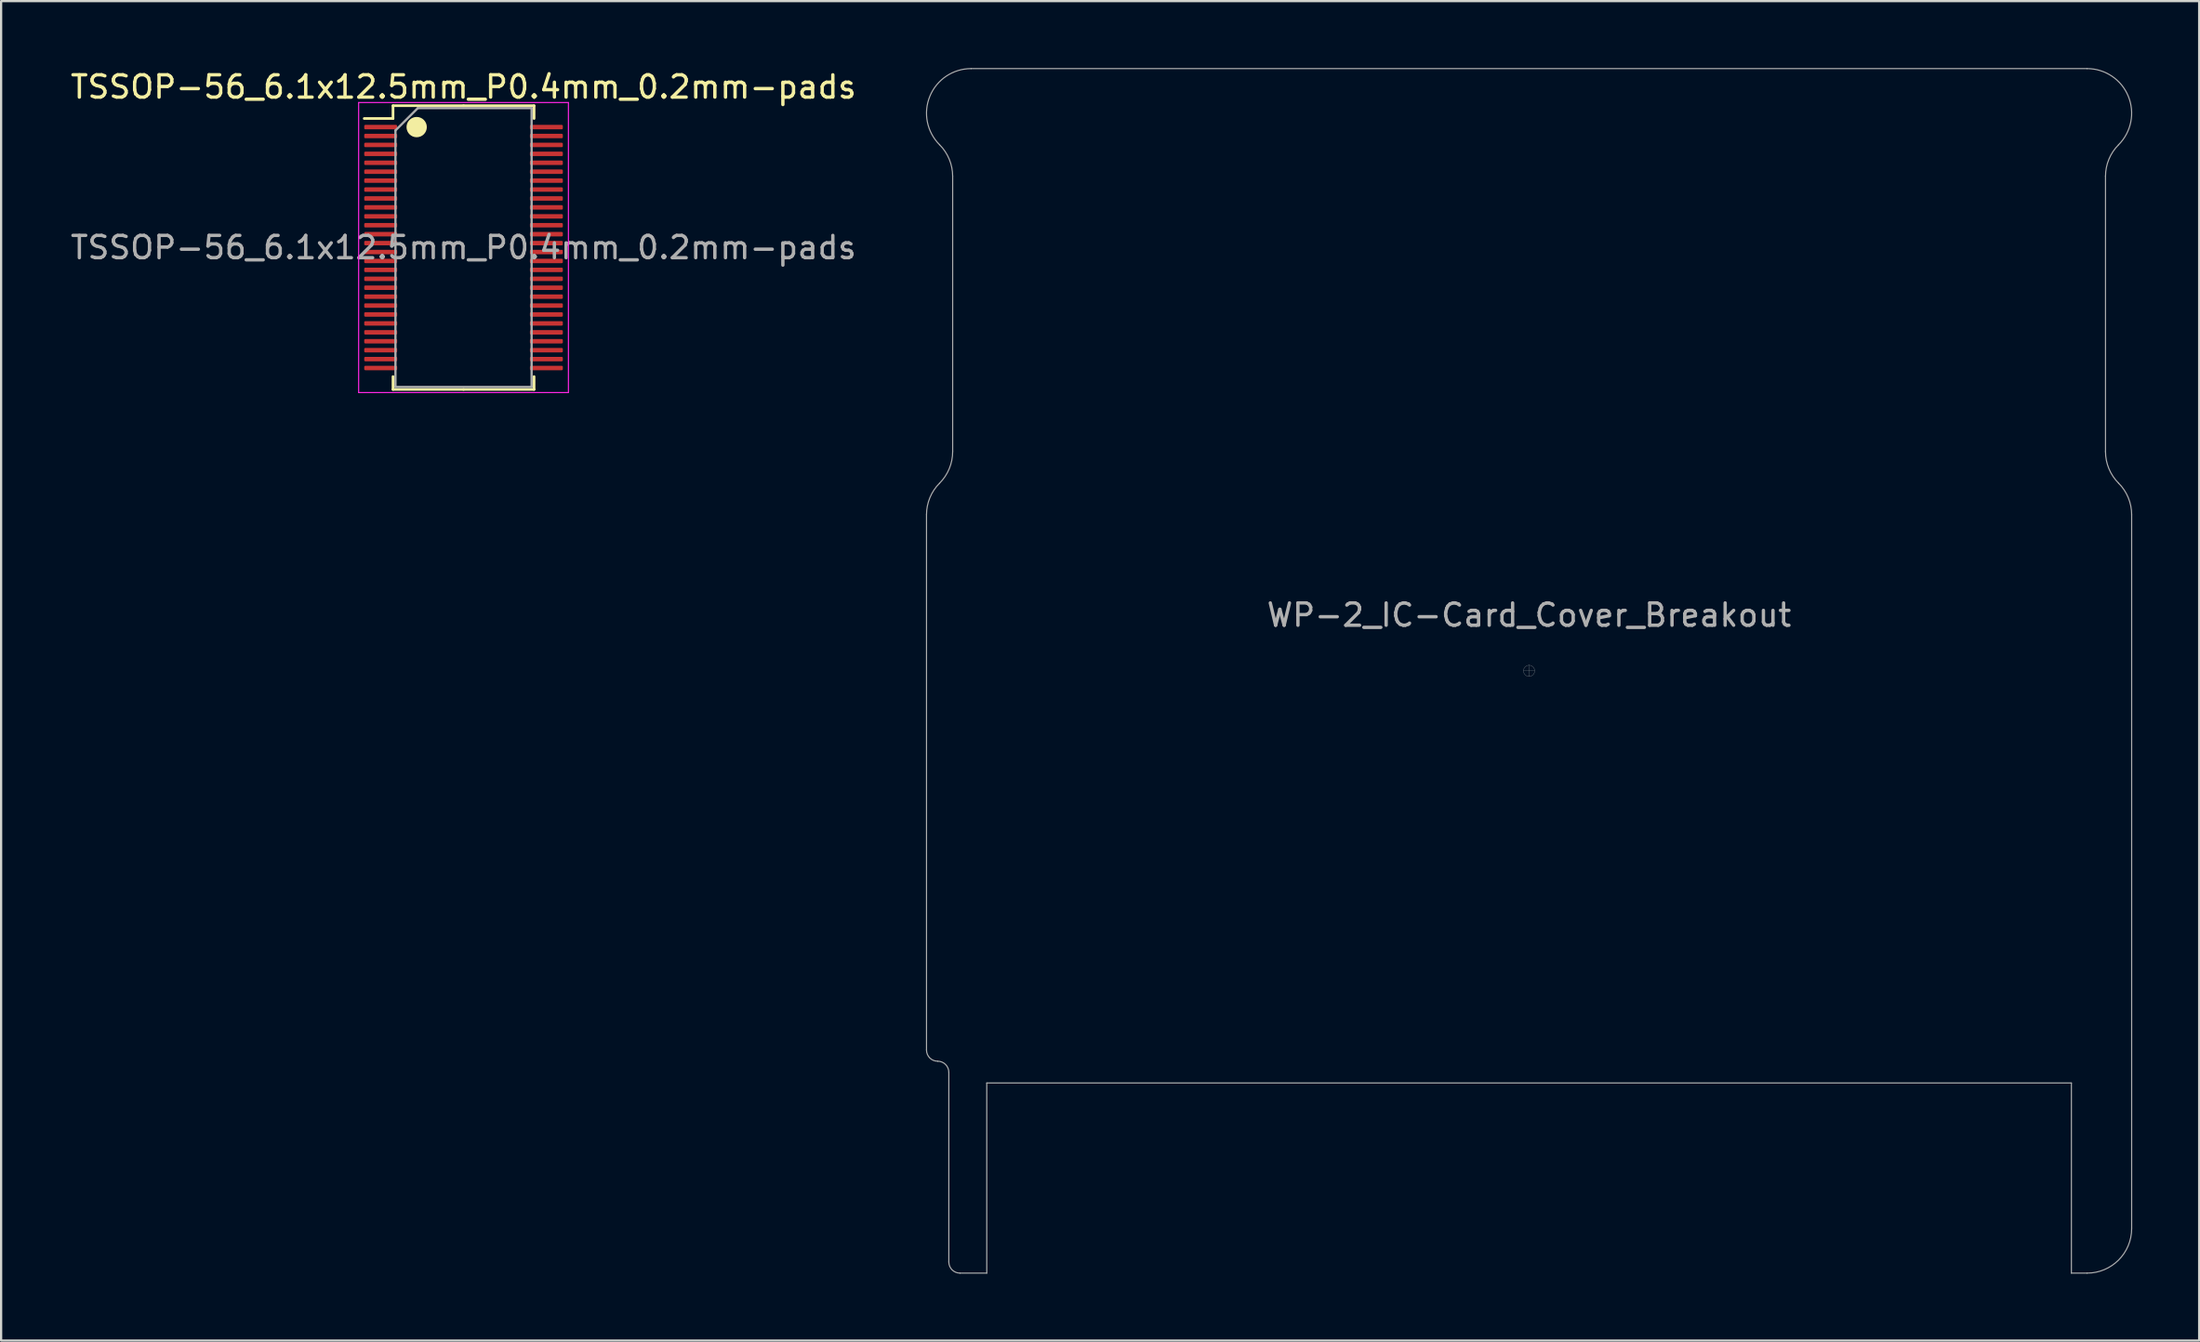
<source format=kicad_pcb>
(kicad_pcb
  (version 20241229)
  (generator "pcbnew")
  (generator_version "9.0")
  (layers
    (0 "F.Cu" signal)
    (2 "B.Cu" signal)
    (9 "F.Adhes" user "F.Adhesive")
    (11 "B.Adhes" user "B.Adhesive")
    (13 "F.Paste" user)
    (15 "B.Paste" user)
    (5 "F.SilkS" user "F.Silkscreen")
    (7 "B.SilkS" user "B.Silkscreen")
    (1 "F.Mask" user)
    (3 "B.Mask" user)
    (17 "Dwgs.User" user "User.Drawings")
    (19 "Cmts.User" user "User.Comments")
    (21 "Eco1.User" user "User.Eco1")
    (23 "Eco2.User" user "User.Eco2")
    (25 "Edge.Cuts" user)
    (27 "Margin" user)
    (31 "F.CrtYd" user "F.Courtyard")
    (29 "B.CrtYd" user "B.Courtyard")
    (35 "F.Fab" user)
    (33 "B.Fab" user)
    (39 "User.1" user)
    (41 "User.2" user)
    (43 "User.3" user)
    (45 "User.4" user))
  (footprint "WP-2_IC-Card_Cover_Breakout"
    (layer "F.Cu")
    (at 65.465 27.025)
    (property "Reference" "WP-2_IC-Card_Cover_Breakout" (at 0 -2.5 0) (unlocked yes) (layer "F.Fab") (effects (font (size 1 1) (thickness 0.15))))
    (attr exclude_from_pos_files exclude_from_bom allow_missing_courtyard)
    (fp_line (start -27 17) (end -27 -7) (stroke (width 0.05) (type solid)) (layer "F.Fab"))
    (fp_line (start -26 26.5) (end -26 18) (stroke (width 0.05) (type solid)) (layer "F.Fab"))
    (fp_line (start -25.828 -22.172) (end -25.828 -9.828) (stroke (width 0.05) (type solid)) (layer "F.Fab"))
    (fp_line (start -25 -27) (end 25 -27) (stroke (width 0.05) (type solid)) (layer "F.Fab"))
    (fp_line (start -24.3 18.475) (end -24.3 27) (stroke (width 0.05) (type solid)) (layer "F.Fab"))
    (fp_line (start -24.3 27) (end -25.5 27) (stroke (width 0.05) (type solid)) (layer "F.Fab"))
    (fp_line (start -0.25 0) (end 0.25 0) (stroke (width 0.01) (type default)) (layer "F.Fab"))
    (fp_line (start 0 -0.25) (end 0 0.25) (stroke (width 0.01) (type default)) (layer "F.Fab"))
    (fp_line (start 24.3 18.475) (end -24.3 18.475) (stroke (width 0.05) (type solid)) (layer "F.Fab"))
    (fp_line (start 24.3 27) (end 24.3 18.475) (stroke (width 0.05) (type solid)) (layer "F.Fab"))
    (fp_line (start 25 27) (end 24.3 27) (stroke (width 0.05) (type solid)) (layer "F.Fab"))
    (fp_line (start 25.828 -9.828) (end 25.828 -22.172) (stroke (width 0.05) (type solid)) (layer "F.Fab"))
    (fp_line (start 27 -7) (end 27 25) (stroke (width 0.05) (type solid)) (layer "F.Fab"))
    (fp_arc (start -27 -7) (mid -26.847759 -7.765367) (end -26.414214 -8.414214) (stroke (width 0.05) (type solid)) (layer "F.Fab"))
    (fp_arc (start -26.5 17.5) (mid -26.853553 17.353553) (end -27 17) (stroke (width 0.05) (type solid)) (layer "F.Fab"))
    (fp_arc (start -26.5 17.5) (mid -26.146447 17.646447) (end -26 18) (stroke (width 0.05) (type solid)) (layer "F.Fab"))
    (fp_arc (start -26.414214 -23.585786) (mid -25.980671 -22.936938) (end -25.828427 -22.171572) (stroke (width 0.05) (type solid)) (layer "F.Fab"))
    (fp_arc (start -26.414214 -23.585786) (mid -26.84776 -25.765367) (end -25 -27) (stroke (width 0.05) (type solid)) (layer "F.Fab"))
    (fp_arc (start -25.828427 -9.828428) (mid -25.98066 -9.063058) (end -26.414214 -8.414214) (stroke (width 0.05) (type solid)) (layer "F.Fab"))
    (fp_arc (start -25.5 27) (mid -25.853553 26.853553) (end -26 26.5) (stroke (width 0.05) (type solid)) (layer "F.Fab"))
    (fp_arc (start 25 -27) (mid 26.847758 -25.765367) (end 26.414213 -23.585788) (stroke (width 0.05) (type solid)) (layer "F.Fab"))
    (fp_arc (start 25.828427 -22.171574) (mid 25.980665 -22.936942) (end 26.414213 -23.585788) (stroke (width 0.05) (type solid)) (layer "F.Fab"))
    (fp_arc (start 26.414214 -8.414214) (mid 25.980672 -9.063063) (end 25.828427 -9.828428) (stroke (width 0.05) (type solid)) (layer "F.Fab"))
    (fp_arc (start 26.414214 -8.414214) (mid 26.847759 -7.765367) (end 27 -7) (stroke (width 0.05) (type solid)) (layer "F.Fab"))
    (fp_arc (start 27 25) (mid 26.414214 26.414214) (end 25 27) (stroke (width 0.05) (type solid)) (layer "F.Fab"))
    (fp_circle (center 0 0) (end 0.25 0) (stroke (width 0.01) (type default)) (fill no) (layer "F.Fab")))
  (footprint "TSSOP-56_6.1x12.5mm_P0.4mm_0.2mm-pads"
    (layer "F.Cu")
    (at 17.72 8.048)
    (property "Reference" "TSSOP-56_6.1x12.5mm_P0.4mm_0.2mm-pads" (at 0 -7.2 0) (layer "F.SilkS") (effects (font (size 1 1) (thickness 0.15))))
    (attr smd)
    (fp_line (start -3.16 -6.36) (end -3.16 -5.785) (stroke (width 0.12) (type solid)) (layer "F.SilkS"))
    (fp_line (start -3.16 -5.785) (end -4.45 -5.785) (stroke (width 0.12) (type solid)) (layer "F.SilkS"))
    (fp_line (start -3.16 6.36) (end -3.16 5.785) (stroke (width 0.12) (type solid)) (layer "F.SilkS"))
    (fp_line (start 0 -6.36) (end -3.16 -6.36) (stroke (width 0.12) (type solid)) (layer "F.SilkS"))
    (fp_line (start 0 -6.36) (end 3.16 -6.36) (stroke (width 0.12) (type solid)) (layer "F.SilkS"))
    (fp_line (start 0 6.36) (end -3.16 6.36) (stroke (width 0.12) (type solid)) (layer "F.SilkS"))
    (fp_line (start 0 6.36) (end 3.16 6.36) (stroke (width 0.12) (type solid)) (layer "F.SilkS"))
    (fp_line (start 3.16 -6.36) (end 3.16 -5.785) (stroke (width 0.12) (type solid)) (layer "F.SilkS"))
    (fp_line (start 3.16 6.36) (end 3.16 5.785) (stroke (width 0.12) (type solid)) (layer "F.SilkS"))
    (fp_circle (center -2.1 -5.4) (end -1.65 -5.4) (stroke (width 0.01) (type solid)) (fill yes) (layer "F.SilkS"))
    (fp_line (start -4.7 -6.5) (end -4.7 6.5) (stroke (width 0.05) (type solid)) (layer "F.CrtYd"))
    (fp_line (start -4.7 6.5) (end 4.7 6.5) (stroke (width 0.05) (type solid)) (layer "F.CrtYd"))
    (fp_line (start 4.7 -6.5) (end -4.7 -6.5) (stroke (width 0.05) (type solid)) (layer "F.CrtYd"))
    (fp_line (start 4.7 6.5) (end 4.7 -6.5) (stroke (width 0.05) (type solid)) (layer "F.CrtYd"))
    (fp_line (start -3.05 -5.25) (end -2.05 -6.25) (stroke (width 0.1) (type solid)) (layer "F.Fab"))
    (fp_line (start -3.05 6.25) (end -3.05 -5.25) (stroke (width 0.1) (type solid)) (layer "F.Fab"))
    (fp_line (start -2.05 -6.25) (end 3.05 -6.25) (stroke (width 0.1) (type solid)) (layer "F.Fab"))
    (fp_line (start 3.05 -6.25) (end 3.05 6.25) (stroke (width 0.1) (type solid)) (layer "F.Fab"))
    (fp_line (start 3.05 6.25) (end -3.05 6.25) (stroke (width 0.1) (type solid)) (layer "F.Fab"))
    (fp_text user "${REFERENCE}" (at 0 0 0) (layer "F.Fab") (effects (font (size 1 1) (thickness 0.15))))
    (pad "1" smd roundrect (at -3.712 -5.4) (size 1.475 0.2) (layers "F.Cu" "F.Mask" "F.Paste") (roundrect_rratio 0.25))
    (pad "2" smd roundrect (at -3.712 -5) (size 1.475 0.2) (layers "F.Cu" "F.Mask" "F.Paste") (roundrect_rratio 0.25))
    (pad "3" smd roundrect (at -3.712 -4.6) (size 1.475 0.2) (layers "F.Cu" "F.Mask" "F.Paste") (roundrect_rratio 0.25))
    (pad "4" smd roundrect (at -3.712 -4.2) (size 1.475 0.2) (layers "F.Cu" "F.Mask" "F.Paste") (roundrect_rratio 0.25))
    (pad "5" smd roundrect (at -3.712 -3.8) (size 1.475 0.2) (layers "F.Cu" "F.Mask" "F.Paste") (roundrect_rratio 0.25))
    (pad "6" smd roundrect (at -3.712 -3.4) (size 1.475 0.2) (layers "F.Cu" "F.Mask" "F.Paste") (roundrect_rratio 0.25))
    (pad "7" smd roundrect (at -3.712 -3) (size 1.475 0.2) (layers "F.Cu" "F.Mask" "F.Paste") (roundrect_rratio 0.25))
    (pad "8" smd roundrect (at -3.712 -2.6) (size 1.475 0.2) (layers "F.Cu" "F.Mask" "F.Paste") (roundrect_rratio 0.25))
    (pad "9" smd roundrect (at -3.712 -2.2) (size 1.475 0.2) (layers "F.Cu" "F.Mask" "F.Paste") (roundrect_rratio 0.25))
    (pad "10" smd roundrect (at -3.712 -1.8) (size 1.475 0.2) (layers "F.Cu" "F.Mask" "F.Paste") (roundrect_rratio 0.25))
    (pad "11" smd roundrect (at -3.712 -1.4) (size 1.475 0.2) (layers "F.Cu" "F.Mask" "F.Paste") (roundrect_rratio 0.25))
    (pad "12" smd roundrect (at -3.712 -1) (size 1.475 0.2) (layers "F.Cu" "F.Mask" "F.Paste") (roundrect_rratio 0.25))
    (pad "13" smd roundrect (at -3.712 -0.6) (size 1.475 0.2) (layers "F.Cu" "F.Mask" "F.Paste") (roundrect_rratio 0.25))
    (pad "14" smd roundrect (at -3.712 -0.2) (size 1.475 0.2) (layers "F.Cu" "F.Mask" "F.Paste") (roundrect_rratio 0.25))
    (pad "15" smd roundrect (at -3.712 0.2) (size 1.475 0.2) (layers "F.Cu" "F.Mask" "F.Paste") (roundrect_rratio 0.25))
    (pad "16" smd roundrect (at -3.712 0.6) (size 1.475 0.2) (layers "F.Cu" "F.Mask" "F.Paste") (roundrect_rratio 0.25))
    (pad "17" smd roundrect (at -3.712 1) (size 1.475 0.2) (layers "F.Cu" "F.Mask" "F.Paste") (roundrect_rratio 0.25))
    (pad "18" smd roundrect (at -3.712 1.4) (size 1.475 0.2) (layers "F.Cu" "F.Mask" "F.Paste") (roundrect_rratio 0.25))
    (pad "19" smd roundrect (at -3.712 1.8) (size 1.475 0.2) (layers "F.Cu" "F.Mask" "F.Paste") (roundrect_rratio 0.25))
    (pad "20" smd roundrect (at -3.712 2.2) (size 1.475 0.2) (layers "F.Cu" "F.Mask" "F.Paste") (roundrect_rratio 0.25))
    (pad "21" smd roundrect (at -3.712 2.6) (size 1.475 0.2) (layers "F.Cu" "F.Mask" "F.Paste") (roundrect_rratio 0.25))
    (pad "22" smd roundrect (at -3.712 3) (size 1.475 0.2) (layers "F.Cu" "F.Mask" "F.Paste") (roundrect_rratio 0.25))
    (pad "23" smd roundrect (at -3.712 3.4) (size 1.475 0.2) (layers "F.Cu" "F.Mask" "F.Paste") (roundrect_rratio 0.25))
    (pad "24" smd roundrect (at -3.712 3.8) (size 1.475 0.2) (layers "F.Cu" "F.Mask" "F.Paste") (roundrect_rratio 0.25))
    (pad "25" smd roundrect (at -3.712 4.2) (size 1.475 0.2) (layers "F.Cu" "F.Mask" "F.Paste") (roundrect_rratio 0.25))
    (pad "26" smd roundrect (at -3.712 4.6) (size 1.475 0.2) (layers "F.Cu" "F.Mask" "F.Paste") (roundrect_rratio 0.25))
    (pad "27" smd roundrect (at -3.712 5) (size 1.475 0.2) (layers "F.Cu" "F.Mask" "F.Paste") (roundrect_rratio 0.25))
    (pad "28" smd roundrect (at -3.712 5.4) (size 1.475 0.2) (layers "F.Cu" "F.Mask" "F.Paste") (roundrect_rratio 0.25))
    (pad "29" smd roundrect (at 3.712 5.4) (size 1.475 0.2) (layers "F.Cu" "F.Mask" "F.Paste") (roundrect_rratio 0.25))
    (pad "30" smd roundrect (at 3.712 5) (size 1.475 0.2) (layers "F.Cu" "F.Mask" "F.Paste") (roundrect_rratio 0.25))
    (pad "31" smd roundrect (at 3.712 4.6) (size 1.475 0.2) (layers "F.Cu" "F.Mask" "F.Paste") (roundrect_rratio 0.25))
    (pad "32" smd roundrect (at 3.712 4.2) (size 1.475 0.2) (layers "F.Cu" "F.Mask" "F.Paste") (roundrect_rratio 0.25))
    (pad "33" smd roundrect (at 3.712 3.8) (size 1.475 0.2) (layers "F.Cu" "F.Mask" "F.Paste") (roundrect_rratio 0.25))
    (pad "34" smd roundrect (at 3.712 3.4) (size 1.475 0.2) (layers "F.Cu" "F.Mask" "F.Paste") (roundrect_rratio 0.25))
    (pad "35" smd roundrect (at 3.712 3) (size 1.475 0.2) (layers "F.Cu" "F.Mask" "F.Paste") (roundrect_rratio 0.25))
    (pad "36" smd roundrect (at 3.712 2.6) (size 1.475 0.2) (layers "F.Cu" "F.Mask" "F.Paste") (roundrect_rratio 0.25))
    (pad "37" smd roundrect (at 3.712 2.2) (size 1.475 0.2) (layers "F.Cu" "F.Mask" "F.Paste") (roundrect_rratio 0.25))
    (pad "38" smd roundrect (at 3.712 1.8) (size 1.475 0.2) (layers "F.Cu" "F.Mask" "F.Paste") (roundrect_rratio 0.25))
    (pad "39" smd roundrect (at 3.712 1.4) (size 1.475 0.2) (layers "F.Cu" "F.Mask" "F.Paste") (roundrect_rratio 0.25))
    (pad "40" smd roundrect (at 3.712 1) (size 1.475 0.2) (layers "F.Cu" "F.Mask" "F.Paste") (roundrect_rratio 0.25))
    (pad "41" smd roundrect (at 3.712 0.6) (size 1.475 0.2) (layers "F.Cu" "F.Mask" "F.Paste") (roundrect_rratio 0.25))
    (pad "42" smd roundrect (at 3.712 0.2) (size 1.475 0.2) (layers "F.Cu" "F.Mask" "F.Paste") (roundrect_rratio 0.25))
    (pad "43" smd roundrect (at 3.712 -0.2) (size 1.475 0.2) (layers "F.Cu" "F.Mask" "F.Paste") (roundrect_rratio 0.25))
    (pad "44" smd roundrect (at 3.712 -0.6) (size 1.475 0.2) (layers "F.Cu" "F.Mask" "F.Paste") (roundrect_rratio 0.25))
    (pad "45" smd roundrect (at 3.712 -1) (size 1.475 0.2) (layers "F.Cu" "F.Mask" "F.Paste") (roundrect_rratio 0.25))
    (pad "46" smd roundrect (at 3.712 -1.4) (size 1.475 0.2) (layers "F.Cu" "F.Mask" "F.Paste") (roundrect_rratio 0.25))
    (pad "47" smd roundrect (at 3.712 -1.8) (size 1.475 0.2) (layers "F.Cu" "F.Mask" "F.Paste") (roundrect_rratio 0.25))
    (pad "48" smd roundrect (at 3.712 -2.2) (size 1.475 0.2) (layers "F.Cu" "F.Mask" "F.Paste") (roundrect_rratio 0.25))
    (pad "49" smd roundrect (at 3.712 -2.6) (size 1.475 0.2) (layers "F.Cu" "F.Mask" "F.Paste") (roundrect_rratio 0.25))
    (pad "50" smd roundrect (at 3.712 -3) (size 1.475 0.2) (layers "F.Cu" "F.Mask" "F.Paste") (roundrect_rratio 0.25))
    (pad "51" smd roundrect (at 3.712 -3.4) (size 1.475 0.2) (layers "F.Cu" "F.Mask" "F.Paste") (roundrect_rratio 0.25))
    (pad "52" smd roundrect (at 3.712 -3.8) (size 1.475 0.2) (layers "F.Cu" "F.Mask" "F.Paste") (roundrect_rratio 0.25))
    (pad "53" smd roundrect (at 3.712 -4.2) (size 1.475 0.2) (layers "F.Cu" "F.Mask" "F.Paste") (roundrect_rratio 0.25))
    (pad "54" smd roundrect (at 3.712 -4.6) (size 1.475 0.2) (layers "F.Cu" "F.Mask" "F.Paste") (roundrect_rratio 0.25))
    (pad "55" smd roundrect (at 3.712 -5) (size 1.475 0.2) (layers "F.Cu" "F.Mask" "F.Paste") (roundrect_rratio 0.25))
    (pad "56" smd roundrect (at 3.712 -5.4) (size 1.475 0.2) (layers "F.Cu" "F.Mask" "F.Paste") (roundrect_rratio 0.25)))
  (gr_rect
    (start -3 -3)
    (end 95.49 57.05)
    (stroke (width 0.1) (type default))
    (fill no)
    (layer "Edge.Cuts")))
</source>
